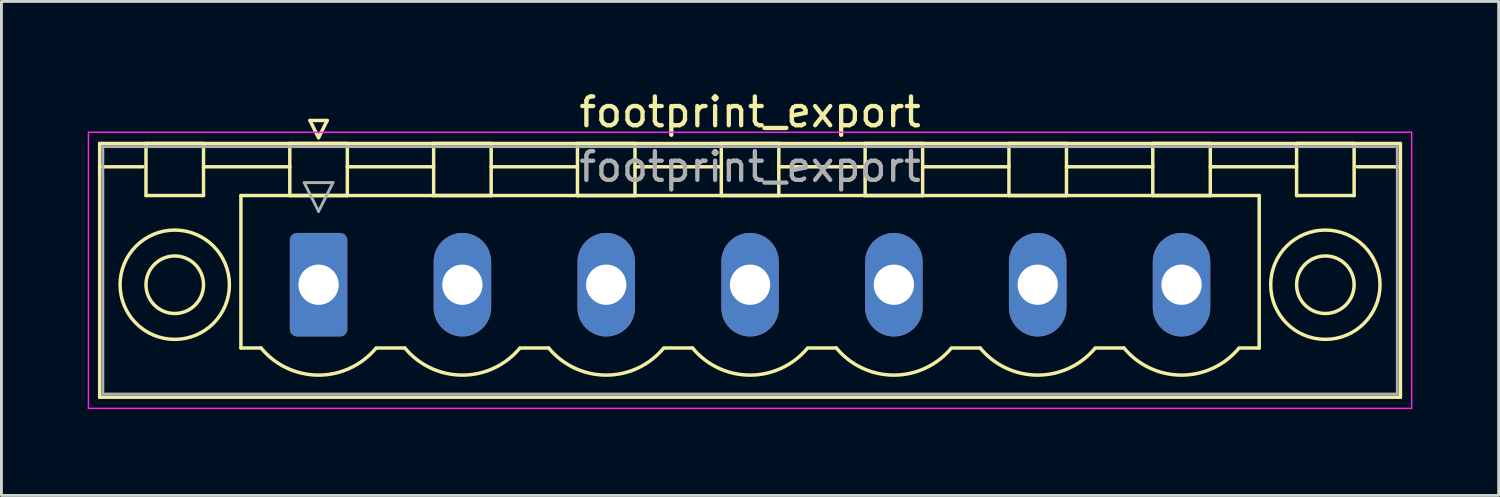
<source format=kicad_pcb>
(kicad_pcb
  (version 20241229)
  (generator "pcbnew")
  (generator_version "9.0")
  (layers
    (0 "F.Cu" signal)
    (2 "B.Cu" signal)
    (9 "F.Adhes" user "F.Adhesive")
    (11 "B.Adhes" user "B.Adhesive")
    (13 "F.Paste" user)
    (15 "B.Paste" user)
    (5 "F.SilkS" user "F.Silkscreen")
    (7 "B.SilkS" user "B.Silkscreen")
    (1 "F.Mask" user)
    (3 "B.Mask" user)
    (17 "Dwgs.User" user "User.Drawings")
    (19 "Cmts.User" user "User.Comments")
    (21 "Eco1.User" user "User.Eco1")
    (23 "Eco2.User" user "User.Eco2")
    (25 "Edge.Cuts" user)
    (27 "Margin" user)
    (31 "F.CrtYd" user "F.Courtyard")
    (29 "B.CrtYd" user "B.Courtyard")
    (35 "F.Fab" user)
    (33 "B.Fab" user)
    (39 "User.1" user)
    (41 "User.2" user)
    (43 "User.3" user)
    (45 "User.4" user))
  (footprint "footprint_export"
    (layer "F.Cu")
    (at 8.025 6.848)
    (property "Reference" "footprint_export" (at 15 -6 0) (layer "F.SilkS") (effects (font (size 1 1) (thickness 0.15))))
    (attr through_hole)
    (fp_line (start -7.61 -4.91) (end -7.61 3.91) (stroke (width 0.12) (type solid)) (layer "F.SilkS"))
    (fp_line (start -7.61 -4.1) (end -6.11 -4.1) (stroke (width 0.12) (type solid)) (layer "F.SilkS"))
    (fp_line (start -7.61 3.91) (end 37.61 3.91) (stroke (width 0.12) (type solid)) (layer "F.SilkS"))
    (fp_line (start -6 -4.91) (end -4 -4.91) (stroke (width 0.12) (type solid)) (layer "F.SilkS"))
    (fp_line (start -6 -3.1) (end -6 -4.91) (stroke (width 0.12) (type solid)) (layer "F.SilkS"))
    (fp_line (start -4 -4.91) (end -4 -3.1) (stroke (width 0.12) (type solid)) (layer "F.SilkS"))
    (fp_line (start -4 -4.1) (end -1 -4.1) (stroke (width 0.12) (type solid)) (layer "F.SilkS"))
    (fp_line (start -4 -3.1) (end -6 -3.1) (stroke (width 0.12) (type solid)) (layer "F.SilkS"))
    (fp_line (start -2.7 -3.1) (end 32.7 -3.1) (stroke (width 0.12) (type solid)) (layer "F.SilkS"))
    (fp_line (start -2.7 2.2) (end -2.7 -3.1) (stroke (width 0.12) (type solid)) (layer "F.SilkS"))
    (fp_line (start -2 2.2) (end -2.7 2.2) (stroke (width 0.12) (type solid)) (layer "F.SilkS"))
    (fp_line (start -1 -4.91) (end 1 -4.91) (stroke (width 0.12) (type solid)) (layer "F.SilkS"))
    (fp_line (start -1 -3.1) (end -1 -4.91) (stroke (width 0.12) (type solid)) (layer "F.SilkS"))
    (fp_line (start -0.3 -5.71) (end 0.3 -5.71) (stroke (width 0.12) (type solid)) (layer "F.SilkS"))
    (fp_line (start 0 -5.11) (end -0.3 -5.71) (stroke (width 0.12) (type solid)) (layer "F.SilkS"))
    (fp_line (start 0.3 -5.71) (end 0 -5.11) (stroke (width 0.12) (type solid)) (layer "F.SilkS"))
    (fp_line (start 1 -4.91) (end 1 -3.1) (stroke (width 0.12) (type solid)) (layer "F.SilkS"))
    (fp_line (start 1 -4.1) (end 4 -4.1) (stroke (width 0.12) (type solid)) (layer "F.SilkS"))
    (fp_line (start 1 -3.1) (end -1 -3.1) (stroke (width 0.12) (type solid)) (layer "F.SilkS"))
    (fp_line (start 2 2.2) (end 3 2.2) (stroke (width 0.12) (type solid)) (layer "F.SilkS"))
    (fp_line (start 4 -4.91) (end 6 -4.91) (stroke (width 0.12) (type solid)) (layer "F.SilkS"))
    (fp_line (start 4 -3.1) (end 4 -4.91) (stroke (width 0.12) (type solid)) (layer "F.SilkS"))
    (fp_line (start 6 -4.91) (end 6 -3.1) (stroke (width 0.12) (type solid)) (layer "F.SilkS"))
    (fp_line (start 6 -4.1) (end 9 -4.1) (stroke (width 0.12) (type solid)) (layer "F.SilkS"))
    (fp_line (start 6 -3.1) (end 4 -3.1) (stroke (width 0.12) (type solid)) (layer "F.SilkS"))
    (fp_line (start 7 2.2) (end 8 2.2) (stroke (width 0.12) (type solid)) (layer "F.SilkS"))
    (fp_line (start 9 -4.91) (end 11 -4.91) (stroke (width 0.12) (type solid)) (layer "F.SilkS"))
    (fp_line (start 9 -3.1) (end 9 -4.91) (stroke (width 0.12) (type solid)) (layer "F.SilkS"))
    (fp_line (start 11 -4.91) (end 11 -3.1) (stroke (width 0.12) (type solid)) (layer "F.SilkS"))
    (fp_line (start 11 -4.1) (end 14 -4.1) (stroke (width 0.12) (type solid)) (layer "F.SilkS"))
    (fp_line (start 11 -3.1) (end 9 -3.1) (stroke (width 0.12) (type solid)) (layer "F.SilkS"))
    (fp_line (start 12 2.2) (end 13 2.2) (stroke (width 0.12) (type solid)) (layer "F.SilkS"))
    (fp_line (start 14 -4.91) (end 16 -4.91) (stroke (width 0.12) (type solid)) (layer "F.SilkS"))
    (fp_line (start 14 -3.1) (end 14 -4.91) (stroke (width 0.12) (type solid)) (layer "F.SilkS"))
    (fp_line (start 16 -4.91) (end 16 -3.1) (stroke (width 0.12) (type solid)) (layer "F.SilkS"))
    (fp_line (start 16 -4.1) (end 19 -4.1) (stroke (width 0.12) (type solid)) (layer "F.SilkS"))
    (fp_line (start 16 -3.1) (end 14 -3.1) (stroke (width 0.12) (type solid)) (layer "F.SilkS"))
    (fp_line (start 17 2.2) (end 18 2.2) (stroke (width 0.12) (type solid)) (layer "F.SilkS"))
    (fp_line (start 19 -4.91) (end 21 -4.91) (stroke (width 0.12) (type solid)) (layer "F.SilkS"))
    (fp_line (start 19 -3.1) (end 19 -4.91) (stroke (width 0.12) (type solid)) (layer "F.SilkS"))
    (fp_line (start 21 -4.91) (end 21 -3.1) (stroke (width 0.12) (type solid)) (layer "F.SilkS"))
    (fp_line (start 21 -4.1) (end 24 -4.1) (stroke (width 0.12) (type solid)) (layer "F.SilkS"))
    (fp_line (start 21 -3.1) (end 19 -3.1) (stroke (width 0.12) (type solid)) (layer "F.SilkS"))
    (fp_line (start 22 2.2) (end 23 2.2) (stroke (width 0.12) (type solid)) (layer "F.SilkS"))
    (fp_line (start 24 -4.91) (end 26 -4.91) (stroke (width 0.12) (type solid)) (layer "F.SilkS"))
    (fp_line (start 24 -3.1) (end 24 -4.91) (stroke (width 0.12) (type solid)) (layer "F.SilkS"))
    (fp_line (start 26 -4.91) (end 26 -3.1) (stroke (width 0.12) (type solid)) (layer "F.SilkS"))
    (fp_line (start 26 -4.1) (end 29 -4.1) (stroke (width 0.12) (type solid)) (layer "F.SilkS"))
    (fp_line (start 26 -3.1) (end 24 -3.1) (stroke (width 0.12) (type solid)) (layer "F.SilkS"))
    (fp_line (start 27 2.2) (end 28 2.2) (stroke (width 0.12) (type solid)) (layer "F.SilkS"))
    (fp_line (start 29 -4.91) (end 31 -4.91) (stroke (width 0.12) (type solid)) (layer "F.SilkS"))
    (fp_line (start 29 -3.1) (end 29 -4.91) (stroke (width 0.12) (type solid)) (layer "F.SilkS"))
    (fp_line (start 31 -4.91) (end 31 -3.1) (stroke (width 0.12) (type solid)) (layer "F.SilkS"))
    (fp_line (start 31 -4.1) (end 34 -4.1) (stroke (width 0.12) (type solid)) (layer "F.SilkS"))
    (fp_line (start 31 -3.1) (end 29 -3.1) (stroke (width 0.12) (type solid)) (layer "F.SilkS"))
    (fp_line (start 32.7 -3.1) (end 32.7 2.2) (stroke (width 0.12) (type solid)) (layer "F.SilkS"))
    (fp_line (start 32.7 2.2) (end 32 2.2) (stroke (width 0.12) (type solid)) (layer "F.SilkS"))
    (fp_line (start 34 -4.91) (end 36 -4.91) (stroke (width 0.12) (type solid)) (layer "F.SilkS"))
    (fp_line (start 34 -3.1) (end 34 -4.91) (stroke (width 0.12) (type solid)) (layer "F.SilkS"))
    (fp_line (start 36 -4.91) (end 36 -3.1) (stroke (width 0.12) (type solid)) (layer "F.SilkS"))
    (fp_line (start 36 -3.1) (end 34 -3.1) (stroke (width 0.12) (type solid)) (layer "F.SilkS"))
    (fp_line (start 37.61 -4.91) (end -7.61 -4.91) (stroke (width 0.12) (type solid)) (layer "F.SilkS"))
    (fp_line (start 37.61 -4.1) (end 36.11 -4.1) (stroke (width 0.12) (type solid)) (layer "F.SilkS"))
    (fp_line (start 37.61 3.91) (end 37.61 -4.91) (stroke (width 0.12) (type solid)) (layer "F.SilkS"))
    (fp_arc (start 1.986842 2.215821) (mid -0.010289 3.142758) (end -2 2.2) (stroke (width 0.12) (type solid)) (layer "F.SilkS"))
    (fp_arc (start 6.986842 2.215821) (mid 4.989711 3.142758) (end 3 2.2) (stroke (width 0.12) (type solid)) (layer "F.SilkS"))
    (fp_arc (start 11.986842 2.215821) (mid 9.989711 3.142758) (end 8 2.2) (stroke (width 0.12) (type solid)) (layer "F.SilkS"))
    (fp_arc (start 16.986842 2.215821) (mid 14.989711 3.142758) (end 13 2.2) (stroke (width 0.12) (type solid)) (layer "F.SilkS"))
    (fp_arc (start 21.986842 2.215821) (mid 19.989711 3.142758) (end 18 2.2) (stroke (width 0.12) (type solid)) (layer "F.SilkS"))
    (fp_arc (start 26.986842 2.215821) (mid 24.989711 3.142758) (end 23 2.2) (stroke (width 0.12) (type solid)) (layer "F.SilkS"))
    (fp_arc (start 31.986842 2.215821) (mid 29.989711 3.142758) (end 28 2.2) (stroke (width 0.12) (type solid)) (layer "F.SilkS"))
    (fp_circle (center -5 0) (end -4 0) (stroke (width 0.12) (type solid)) (fill no) (layer "F.SilkS"))
    (fp_circle (center -5 0) (end -3.1 0) (stroke (width 0.12) (type solid)) (fill no) (layer "F.SilkS"))
    (fp_circle (center 35 0) (end 36 0) (stroke (width 0.12) (type solid)) (fill no) (layer "F.SilkS"))
    (fp_circle (center 35 0) (end 36.9 0) (stroke (width 0.12) (type solid)) (fill no) (layer "F.SilkS"))
    (fp_line (start -8 -5.3) (end -8 4.3) (stroke (width 0.05) (type solid)) (layer "F.CrtYd"))
    (fp_line (start -8 4.3) (end 38 4.3) (stroke (width 0.05) (type solid)) (layer "F.CrtYd"))
    (fp_line (start 38 -5.3) (end -8 -5.3) (stroke (width 0.05) (type solid)) (layer "F.CrtYd"))
    (fp_line (start 38 4.3) (end 38 -5.3) (stroke (width 0.05) (type solid)) (layer "F.CrtYd"))
    (fp_line (start -7.5 -4.8) (end -7.5 3.8) (stroke (width 0.1) (type solid)) (layer "F.Fab"))
    (fp_line (start -7.5 3.8) (end 37.5 3.8) (stroke (width 0.1) (type solid)) (layer "F.Fab"))
    (fp_line (start -0.5 -3.55) (end 0.5 -3.55) (stroke (width 0.1) (type solid)) (layer "F.Fab"))
    (fp_line (start 0 -2.55) (end -0.5 -3.55) (stroke (width 0.1) (type solid)) (layer "F.Fab"))
    (fp_line (start 0.5 -3.55) (end 0 -2.55) (stroke (width 0.1) (type solid)) (layer "F.Fab"))
    (fp_line (start 37.5 -4.8) (end -7.5 -4.8) (stroke (width 0.1) (type solid)) (layer "F.Fab"))
    (fp_line (start 37.5 3.8) (end 37.5 -4.8) (stroke (width 0.1) (type solid)) (layer "F.Fab"))
    (fp_text user "${REFERENCE}" (at 15 -4.1 0) (layer "F.Fab") (effects (font (size 1 1) (thickness 0.15))))
    (pad "1" thru_hole roundrect (at 0 0) (size 2 3.6) (drill 1.4) (layers "*.Cu" "*.Mask") (roundrect_rratio 0.125))
    (pad "2" thru_hole oval (at 5 0) (size 2 3.6) (drill 1.4) (layers "*.Cu" "*.Mask"))
    (pad "3" thru_hole oval (at 10 0) (size 2 3.6) (drill 1.4) (layers "*.Cu" "*.Mask"))
    (pad "4" thru_hole oval (at 15 0) (size 2 3.6) (drill 1.4) (layers "*.Cu" "*.Mask"))
    (pad "5" thru_hole oval (at 20 0) (size 2 3.6) (drill 1.4) (layers "*.Cu" "*.Mask"))
    (pad "6" thru_hole oval (at 25 0) (size 2 3.6) (drill 1.4) (layers "*.Cu" "*.Mask"))
    (pad "7" thru_hole oval (at 30 0) (size 2 3.6) (drill 1.4) (layers "*.Cu" "*.Mask")))
  (gr_rect
    (start -3 -3)
    (end 49.05 14.173)
    (stroke (width 0.1) (type default))
    (fill no)
    (layer "Edge.Cuts")))
</source>
